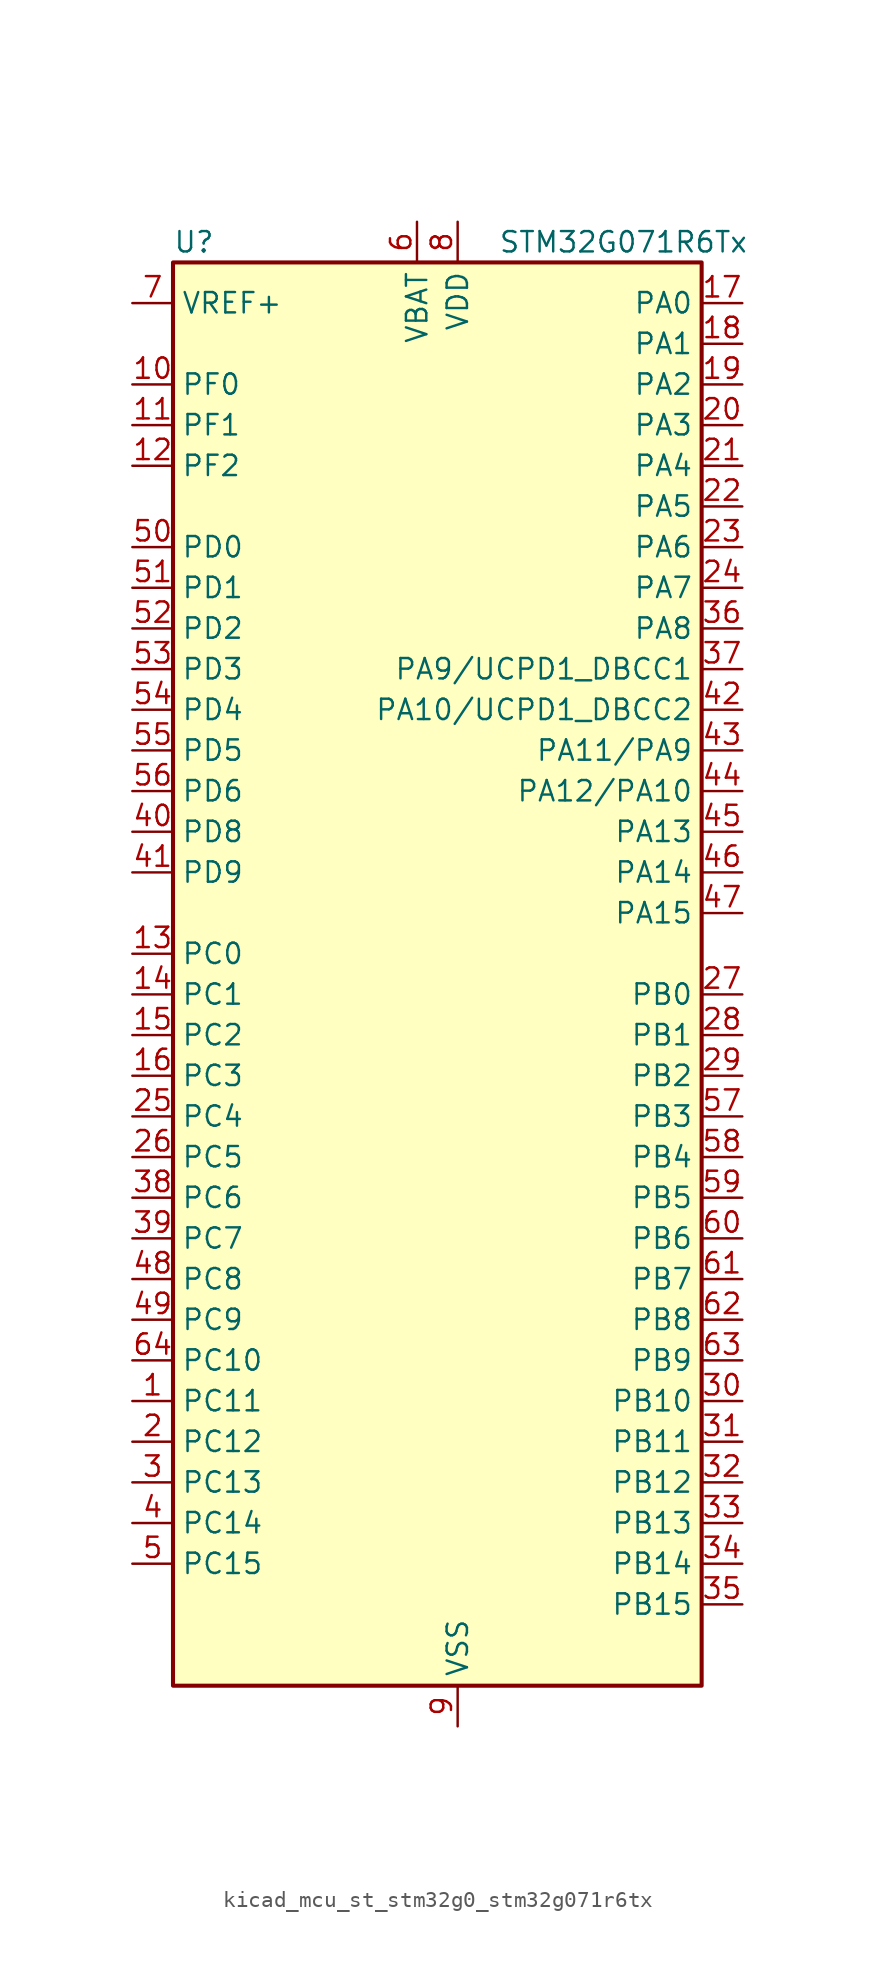
<source format=kicad_sym>
(kicad_symbol_lib
  (version 20220914)
  (generator kicad_symbol_editor)
  (symbol "kicad_mcu_st_stm32g0_stm32g071r6tx"
    (property "Reference" "U"
      (at -15.24 46.99 0)
      (effects (font (size 1.27 1.27)) (justify left)))
    (property "Value" "STM32G071R6Tx"
      (at 5.08 46.99 0)
      (effects (font (size 1.27 1.27)) (justify left)))
    (property "ki_locked" ""
      (at 0 0 0)
      (effects (font (size 1.27 1.27))))
    (symbol "kicad_mcu_st_stm32g0_stm32g071r6tx_0_1"
      (rectangle (start -15.24 -43.18) (end 17.78 45.72) (stroke (width 0.254) (type default)) (fill (type background))))
    (symbol "kicad_mcu_st_stm32g0_stm32g071r6tx_1_1"
      (pin bidirectional line (at -17.78 -25.4 0) (length 2.54) (name "PC11" (effects (font (size 1.27 1.27)))) (number "1" (effects (font (size 1.27 1.27)))) (alternate "ADC1_EXTI11" bidirectional line) (alternate "TIM1_CH4" bidirectional line) (alternate "USART3_RX" bidirectional line) (alternate "USART4_RX" bidirectional line))
      (pin bidirectional line (at -17.78 38.1 0) (length 2.54) (name "PF0" (effects (font (size 1.27 1.27)))) (number "10" (effects (font (size 1.27 1.27)))) (alternate "RCC_OSC_IN" bidirectional line) (alternate "TIM14_CH1" bidirectional line))
      (pin bidirectional line (at -17.78 35.56 0) (length 2.54) (name "PF1" (effects (font (size 1.27 1.27)))) (number "11" (effects (font (size 1.27 1.27)))) (alternate "RCC_OSC_EN" bidirectional line) (alternate "RCC_OSC_OUT" bidirectional line) (alternate "TIM15_CH1N" bidirectional line))
      (pin bidirectional line (at -17.78 33.02 0) (length 2.54) (name "PF2" (effects (font (size 1.27 1.27)))) (number "12" (effects (font (size 1.27 1.27)))) (alternate "RCC_MCO" bidirectional line))
      (pin bidirectional line (at -17.78 2.54 0) (length 2.54) (name "PC0" (effects (font (size 1.27 1.27)))) (number "13" (effects (font (size 1.27 1.27)))) (alternate "LPTIM1_IN1" bidirectional line) (alternate "LPTIM2_IN1" bidirectional line) (alternate "LPUART1_RX" bidirectional line))
      (pin bidirectional line (at -17.78 0 0) (length 2.54) (name "PC1" (effects (font (size 1.27 1.27)))) (number "14" (effects (font (size 1.27 1.27)))) (alternate "LPTIM1_OUT" bidirectional line) (alternate "LPUART1_TX" bidirectional line) (alternate "TIM15_CH1" bidirectional line))
      (pin bidirectional line (at -17.78 -2.54 0) (length 2.54) (name "PC2" (effects (font (size 1.27 1.27)))) (number "15" (effects (font (size 1.27 1.27)))) (alternate "LPTIM1_IN2" bidirectional line) (alternate "SPI2_MISO" bidirectional line) (alternate "TIM15_CH2" bidirectional line))
      (pin bidirectional line (at -17.78 -5.08 0) (length 2.54) (name "PC3" (effects (font (size 1.27 1.27)))) (number "16" (effects (font (size 1.27 1.27)))) (alternate "LPTIM1_ETR" bidirectional line) (alternate "LPTIM2_ETR" bidirectional line) (alternate "SPI2_MOSI" bidirectional line))
      (pin bidirectional line (at 20.32 43.18 180) (length 2.54) (name "PA0" (effects (font (size 1.27 1.27)))) (number "17" (effects (font (size 1.27 1.27)))) (alternate "ADC1_IN0" bidirectional line) (alternate "COMP1_INM" bidirectional line) (alternate "COMP1_OUT" bidirectional line) (alternate "LPTIM1_OUT" bidirectional line) (alternate "RTC_TAMP_IN2" bidirectional line) (alternate "SPI2_SCK" bidirectional line) (alternate "SYS_WKUP1" bidirectional line) (alternate "TIM2_CH1" bidirectional line) (alternate "TIM2_ETR" bidirectional line) (alternate "UCPD2_FRSTX1" bidirectional line) (alternate "UCPD2_FRSTX2" bidirectional line) (alternate "USART2_CTS" bidirectional line) (alternate "USART2_NSS" bidirectional line) (alternate "USART4_TX" bidirectional line))
      (pin bidirectional line (at 20.32 40.64 180) (length 2.54) (name "PA1" (effects (font (size 1.27 1.27)))) (number "18" (effects (font (size 1.27 1.27)))) (alternate "ADC1_IN1" bidirectional line) (alternate "COMP1_INP" bidirectional line) (alternate "I2C1_SMBA" bidirectional line) (alternate "I2S1_CK" bidirectional line) (alternate "SPI1_SCK" bidirectional line) (alternate "TIM15_CH1N" bidirectional line) (alternate "TIM2_CH2" bidirectional line) (alternate "USART2_CK" bidirectional line) (alternate "USART2_DE" bidirectional line) (alternate "USART2_RTS" bidirectional line) (alternate "USART4_RX" bidirectional line))
      (pin bidirectional line (at 20.32 38.1 180) (length 2.54) (name "PA2" (effects (font (size 1.27 1.27)))) (number "19" (effects (font (size 1.27 1.27)))) (alternate "ADC1_IN2" bidirectional line) (alternate "COMP2_INM" bidirectional line) (alternate "COMP2_OUT" bidirectional line) (alternate "I2S1_SD" bidirectional line) (alternate "LPUART1_TX" bidirectional line) (alternate "RCC_LSCO" bidirectional line) (alternate "SPI1_MOSI" bidirectional line) (alternate "SYS_WKUP4" bidirectional line) (alternate "TIM15_CH1" bidirectional line) (alternate "TIM2_CH3" bidirectional line) (alternate "UCPD1_FRSTX1" bidirectional line) (alternate "UCPD1_FRSTX2" bidirectional line) (alternate "USART2_TX" bidirectional line))
      (pin bidirectional line (at -17.78 -27.94 0) (length 2.54) (name "PC12" (effects (font (size 1.27 1.27)))) (number "2" (effects (font (size 1.27 1.27)))) (alternate "LPTIM1_IN1" bidirectional line) (alternate "TIM14_CH1" bidirectional line) (alternate "UCPD1_FRSTX1" bidirectional line) (alternate "UCPD1_FRSTX2" bidirectional line))
      (pin bidirectional line (at 20.32 35.56 180) (length 2.54) (name "PA3" (effects (font (size 1.27 1.27)))) (number "20" (effects (font (size 1.27 1.27)))) (alternate "ADC1_IN3" bidirectional line) (alternate "COMP2_INP" bidirectional line) (alternate "LPUART1_RX" bidirectional line) (alternate "SPI2_MISO" bidirectional line) (alternate "TIM15_CH2" bidirectional line) (alternate "TIM2_CH4" bidirectional line) (alternate "UCPD2_FRSTX1" bidirectional line) (alternate "UCPD2_FRSTX2" bidirectional line) (alternate "USART2_RX" bidirectional line))
      (pin bidirectional line (at 20.32 33.02 180) (length 2.54) (name "PA4" (effects (font (size 1.27 1.27)))) (number "21" (effects (font (size 1.27 1.27)))) (alternate "ADC1_IN4" bidirectional line) (alternate "DAC1_OUT1" bidirectional line) (alternate "I2S1_WS" bidirectional line) (alternate "LPTIM2_OUT" bidirectional line) (alternate "RTC_OUT_ALARM" bidirectional line) (alternate "RTC_OUT_CALIB" bidirectional line) (alternate "SPI1_NSS" bidirectional line) (alternate "SPI2_MOSI" bidirectional line) (alternate "TIM14_CH1" bidirectional line) (alternate "UCPD2_FRSTX1" bidirectional line) (alternate "UCPD2_FRSTX2" bidirectional line))
      (pin bidirectional line (at 20.32 30.48 180) (length 2.54) (name "PA5" (effects (font (size 1.27 1.27)))) (number "22" (effects (font (size 1.27 1.27)))) (alternate "ADC1_IN5" bidirectional line) (alternate "CEC" bidirectional line) (alternate "DAC1_OUT2" bidirectional line) (alternate "I2S1_CK" bidirectional line) (alternate "LPTIM2_ETR" bidirectional line) (alternate "SPI1_SCK" bidirectional line) (alternate "TIM2_CH1" bidirectional line) (alternate "TIM2_ETR" bidirectional line) (alternate "UCPD1_FRSTX1" bidirectional line) (alternate "UCPD1_FRSTX2" bidirectional line) (alternate "USART3_TX" bidirectional line))
      (pin bidirectional line (at 20.32 27.94 180) (length 2.54) (name "PA6" (effects (font (size 1.27 1.27)))) (number "23" (effects (font (size 1.27 1.27)))) (alternate "ADC1_IN6" bidirectional line) (alternate "COMP1_OUT" bidirectional line) (alternate "I2S1_MCK" bidirectional line) (alternate "LPUART1_CTS" bidirectional line) (alternate "SPI1_MISO" bidirectional line) (alternate "TIM16_CH1" bidirectional line) (alternate "TIM1_BK" bidirectional line) (alternate "TIM3_CH1" bidirectional line) (alternate "USART3_CTS" bidirectional line) (alternate "USART3_NSS" bidirectional line))
      (pin bidirectional line (at 20.32 25.4 180) (length 2.54) (name "PA7" (effects (font (size 1.27 1.27)))) (number "24" (effects (font (size 1.27 1.27)))) (alternate "ADC1_IN7" bidirectional line) (alternate "COMP2_OUT" bidirectional line) (alternate "I2S1_SD" bidirectional line) (alternate "SPI1_MOSI" bidirectional line) (alternate "TIM14_CH1" bidirectional line) (alternate "TIM17_CH1" bidirectional line) (alternate "TIM1_CH1N" bidirectional line) (alternate "TIM3_CH2" bidirectional line) (alternate "UCPD1_FRSTX1" bidirectional line) (alternate "UCPD1_FRSTX2" bidirectional line))
      (pin bidirectional line (at -17.78 -7.62 0) (length 2.54) (name "PC4" (effects (font (size 1.27 1.27)))) (number "25" (effects (font (size 1.27 1.27)))) (alternate "ADC1_IN17" bidirectional line) (alternate "COMP1_INM" bidirectional line) (alternate "TIM2_CH1" bidirectional line) (alternate "TIM2_ETR" bidirectional line) (alternate "USART1_TX" bidirectional line) (alternate "USART3_TX" bidirectional line))
      (pin bidirectional line (at -17.78 -10.16 0) (length 2.54) (name "PC5" (effects (font (size 1.27 1.27)))) (number "26" (effects (font (size 1.27 1.27)))) (alternate "ADC1_IN18" bidirectional line) (alternate "COMP1_INP" bidirectional line) (alternate "SYS_WKUP5" bidirectional line) (alternate "TIM2_CH2" bidirectional line) (alternate "USART1_RX" bidirectional line) (alternate "USART3_RX" bidirectional line))
      (pin bidirectional line (at 20.32 0 180) (length 2.54) (name "PB0" (effects (font (size 1.27 1.27)))) (number "27" (effects (font (size 1.27 1.27)))) (alternate "ADC1_IN8" bidirectional line) (alternate "COMP1_OUT" bidirectional line) (alternate "I2S1_WS" bidirectional line) (alternate "LPTIM1_OUT" bidirectional line) (alternate "SPI1_NSS" bidirectional line) (alternate "TIM1_CH2N" bidirectional line) (alternate "TIM3_CH3" bidirectional line) (alternate "UCPD1_FRSTX1" bidirectional line) (alternate "UCPD1_FRSTX2" bidirectional line) (alternate "USART3_RX" bidirectional line))
      (pin bidirectional line (at 20.32 -2.54 180) (length 2.54) (name "PB1" (effects (font (size 1.27 1.27)))) (number "28" (effects (font (size 1.27 1.27)))) (alternate "ADC1_IN9" bidirectional line) (alternate "COMP1_INM" bidirectional line) (alternate "LPTIM2_IN1" bidirectional line) (alternate "LPUART1_DE" bidirectional line) (alternate "LPUART1_RTS" bidirectional line) (alternate "TIM14_CH1" bidirectional line) (alternate "TIM1_CH3N" bidirectional line) (alternate "TIM3_CH4" bidirectional line) (alternate "USART3_CK" bidirectional line) (alternate "USART3_DE" bidirectional line) (alternate "USART3_RTS" bidirectional line))
      (pin bidirectional line (at 20.32 -5.08 180) (length 2.54) (name "PB2" (effects (font (size 1.27 1.27)))) (number "29" (effects (font (size 1.27 1.27)))) (alternate "ADC1_IN10" bidirectional line) (alternate "COMP1_INP" bidirectional line) (alternate "LPTIM1_OUT" bidirectional line) (alternate "SPI2_MISO" bidirectional line) (alternate "USART3_TX" bidirectional line))
      (pin bidirectional line (at -17.78 -30.48 0) (length 2.54) (name "PC13" (effects (font (size 1.27 1.27)))) (number "3" (effects (font (size 1.27 1.27)))) (alternate "RTC_OUT_ALARM" bidirectional line) (alternate "RTC_OUT_CALIB" bidirectional line) (alternate "RTC_TAMP_IN1" bidirectional line) (alternate "RTC_TS" bidirectional line) (alternate "SYS_WKUP2" bidirectional line) (alternate "TIM1_BK" bidirectional line))
      (pin bidirectional line (at 20.32 -25.4 180) (length 2.54) (name "PB10" (effects (font (size 1.27 1.27)))) (number "30" (effects (font (size 1.27 1.27)))) (alternate "ADC1_IN11" bidirectional line) (alternate "CEC" bidirectional line) (alternate "COMP1_OUT" bidirectional line) (alternate "I2C2_SCL" bidirectional line) (alternate "LPUART1_RX" bidirectional line) (alternate "SPI2_SCK" bidirectional line) (alternate "TIM2_CH3" bidirectional line) (alternate "USART3_TX" bidirectional line))
      (pin bidirectional line (at 20.32 -27.94 180) (length 2.54) (name "PB11" (effects (font (size 1.27 1.27)))) (number "31" (effects (font (size 1.27 1.27)))) (alternate "ADC1_EXTI11" bidirectional line) (alternate "ADC1_IN15" bidirectional line) (alternate "COMP2_OUT" bidirectional line) (alternate "I2C2_SDA" bidirectional line) (alternate "LPUART1_TX" bidirectional line) (alternate "SPI2_MOSI" bidirectional line) (alternate "TIM2_CH4" bidirectional line) (alternate "USART3_RX" bidirectional line))
      (pin bidirectional line (at 20.32 -30.48 180) (length 2.54) (name "PB12" (effects (font (size 1.27 1.27)))) (number "32" (effects (font (size 1.27 1.27)))) (alternate "ADC1_IN16" bidirectional line) (alternate "LPUART1_DE" bidirectional line) (alternate "LPUART1_RTS" bidirectional line) (alternate "SPI2_NSS" bidirectional line) (alternate "TIM15_BK" bidirectional line) (alternate "TIM1_BK" bidirectional line) (alternate "UCPD2_FRSTX1" bidirectional line) (alternate "UCPD2_FRSTX2" bidirectional line))
      (pin bidirectional line (at 20.32 -33.02 180) (length 2.54) (name "PB13" (effects (font (size 1.27 1.27)))) (number "33" (effects (font (size 1.27 1.27)))) (alternate "I2C2_SCL" bidirectional line) (alternate "LPUART1_CTS" bidirectional line) (alternate "SPI2_SCK" bidirectional line) (alternate "TIM15_CH1N" bidirectional line) (alternate "TIM1_CH1N" bidirectional line) (alternate "USART3_CTS" bidirectional line) (alternate "USART3_NSS" bidirectional line))
      (pin bidirectional line (at 20.32 -35.56 180) (length 2.54) (name "PB14" (effects (font (size 1.27 1.27)))) (number "34" (effects (font (size 1.27 1.27)))) (alternate "I2C2_SDA" bidirectional line) (alternate "SPI2_MISO" bidirectional line) (alternate "TIM15_CH1" bidirectional line) (alternate "TIM1_CH2N" bidirectional line) (alternate "UCPD1_FRSTX1" bidirectional line) (alternate "UCPD1_FRSTX2" bidirectional line) (alternate "USART3_CK" bidirectional line) (alternate "USART3_DE" bidirectional line) (alternate "USART3_RTS" bidirectional line))
      (pin bidirectional line (at 20.32 -38.1 180) (length 2.54) (name "PB15" (effects (font (size 1.27 1.27)))) (number "35" (effects (font (size 1.27 1.27)))) (alternate "RTC_REFIN" bidirectional line) (alternate "SPI2_MOSI" bidirectional line) (alternate "TIM15_CH1N" bidirectional line) (alternate "TIM15_CH2" bidirectional line) (alternate "TIM1_CH3N" bidirectional line) (alternate "UCPD1_CC2" bidirectional line))
      (pin bidirectional line (at 20.32 22.86 180) (length 2.54) (name "PA8" (effects (font (size 1.27 1.27)))) (number "36" (effects (font (size 1.27 1.27)))) (alternate "LPTIM2_OUT" bidirectional line) (alternate "RCC_MCO" bidirectional line) (alternate "SPI2_NSS" bidirectional line) (alternate "TIM1_CH1" bidirectional line) (alternate "UCPD1_CC1" bidirectional line))
      (pin bidirectional line (at 20.32 20.32 180) (length 2.54) (name "PA9/UCPD1_DBCC1" (effects (font (size 1.27 1.27)))) (number "37" (effects (font (size 1.27 1.27)))) (alternate "DAC1_EXTI9" bidirectional line) (alternate "I2C1_SCL" bidirectional line) (alternate "RCC_MCO" bidirectional line) (alternate "SPI2_MISO" bidirectional line) (alternate "TIM15_BK" bidirectional line) (alternate "TIM1_CH2" bidirectional line) (alternate "UCPD1_DBCC1" bidirectional line) (alternate "USART1_TX" bidirectional line))
      (pin bidirectional line (at -17.78 -12.7 0) (length 2.54) (name "PC6" (effects (font (size 1.27 1.27)))) (number "38" (effects (font (size 1.27 1.27)))) (alternate "TIM2_CH3" bidirectional line) (alternate "TIM3_CH1" bidirectional line) (alternate "UCPD1_FRSTX1" bidirectional line) (alternate "UCPD1_FRSTX2" bidirectional line))
      (pin bidirectional line (at -17.78 -15.24 0) (length 2.54) (name "PC7" (effects (font (size 1.27 1.27)))) (number "39" (effects (font (size 1.27 1.27)))) (alternate "TIM2_CH4" bidirectional line) (alternate "TIM3_CH2" bidirectional line) (alternate "UCPD2_FRSTX1" bidirectional line) (alternate "UCPD2_FRSTX2" bidirectional line))
      (pin bidirectional line (at -17.78 -33.02 0) (length 2.54) (name "PC14" (effects (font (size 1.27 1.27)))) (number "4" (effects (font (size 1.27 1.27)))) (alternate "RCC_OSC32_IN" bidirectional line) (alternate "TIM1_BK2" bidirectional line))
      (pin bidirectional line (at -17.78 10.16 0) (length 2.54) (name "PD8" (effects (font (size 1.27 1.27)))) (number "40" (effects (font (size 1.27 1.27)))) (alternate "I2S1_CK" bidirectional line) (alternate "LPTIM1_OUT" bidirectional line) (alternate "SPI1_SCK" bidirectional line) (alternate "USART3_TX" bidirectional line))
      (pin bidirectional line (at -17.78 7.62 0) (length 2.54) (name "PD9" (effects (font (size 1.27 1.27)))) (number "41" (effects (font (size 1.27 1.27)))) (alternate "DAC1_EXTI9" bidirectional line) (alternate "I2S1_WS" bidirectional line) (alternate "SPI1_NSS" bidirectional line) (alternate "TIM1_BK2" bidirectional line) (alternate "USART3_RX" bidirectional line))
      (pin bidirectional line (at 20.32 17.78 180) (length 2.54) (name "PA10/UCPD1_DBCC2" (effects (font (size 1.27 1.27)))) (number "42" (effects (font (size 1.27 1.27)))) (alternate "I2C1_SDA" bidirectional line) (alternate "SPI2_MOSI" bidirectional line) (alternate "TIM17_BK" bidirectional line) (alternate "TIM1_CH3" bidirectional line) (alternate "UCPD1_DBCC2" bidirectional line) (alternate "USART1_RX" bidirectional line))
      (pin bidirectional line (at 20.32 15.24 180) (length 2.54) (name "PA11/PA9" (effects (font (size 1.27 1.27)))) (number "43" (effects (font (size 1.27 1.27)))) (alternate "ADC1_EXTI11" bidirectional line) (alternate "COMP1_OUT" bidirectional line) (alternate "I2C2_SCL" bidirectional line) (alternate "I2S1_MCK" bidirectional line) (alternate "SPI1_MISO" bidirectional line) (alternate "TIM1_BK2" bidirectional line) (alternate "TIM1_CH4" bidirectional line) (alternate "USART1_CTS" bidirectional line) (alternate "USART1_NSS" bidirectional line))
      (pin bidirectional line (at 20.32 12.7 180) (length 2.54) (name "PA12/PA10" (effects (font (size 1.27 1.27)))) (number "44" (effects (font (size 1.27 1.27)))) (alternate "COMP2_OUT" bidirectional line) (alternate "I2C2_SDA" bidirectional line) (alternate "I2S1_SD" bidirectional line) (alternate "I2S_CKIN" bidirectional line) (alternate "SPI1_MOSI" bidirectional line) (alternate "TIM1_ETR" bidirectional line) (alternate "USART1_CK" bidirectional line) (alternate "USART1_DE" bidirectional line) (alternate "USART1_RTS" bidirectional line))
      (pin bidirectional line (at 20.32 10.16 180) (length 2.54) (name "PA13" (effects (font (size 1.27 1.27)))) (number "45" (effects (font (size 1.27 1.27)))) (alternate "IR_OUT" bidirectional line) (alternate "SYS_SWDIO" bidirectional line))
      (pin bidirectional line (at 20.32 7.62 180) (length 2.54) (name "PA14" (effects (font (size 1.27 1.27)))) (number "46" (effects (font (size 1.27 1.27)))) (alternate "SYS_SWCLK" bidirectional line) (alternate "USART2_TX" bidirectional line))
      (pin bidirectional line (at 20.32 5.08 180) (length 2.54) (name "PA15" (effects (font (size 1.27 1.27)))) (number "47" (effects (font (size 1.27 1.27)))) (alternate "I2S1_WS" bidirectional line) (alternate "SPI1_NSS" bidirectional line) (alternate "TIM2_CH1" bidirectional line) (alternate "TIM2_ETR" bidirectional line) (alternate "USART2_RX" bidirectional line) (alternate "USART3_CK" bidirectional line) (alternate "USART3_DE" bidirectional line) (alternate "USART3_RTS" bidirectional line) (alternate "USART4_CK" bidirectional line) (alternate "USART4_DE" bidirectional line) (alternate "USART4_RTS" bidirectional line))
      (pin bidirectional line (at -17.78 -17.78 0) (length 2.54) (name "PC8" (effects (font (size 1.27 1.27)))) (number "48" (effects (font (size 1.27 1.27)))) (alternate "TIM1_CH1" bidirectional line) (alternate "TIM3_CH3" bidirectional line) (alternate "UCPD2_FRSTX1" bidirectional line) (alternate "UCPD2_FRSTX2" bidirectional line))
      (pin bidirectional line (at -17.78 -20.32 0) (length 2.54) (name "PC9" (effects (font (size 1.27 1.27)))) (number "49" (effects (font (size 1.27 1.27)))) (alternate "DAC1_EXTI9" bidirectional line) (alternate "I2S_CKIN" bidirectional line) (alternate "TIM1_CH2" bidirectional line) (alternate "TIM3_CH4" bidirectional line))
      (pin bidirectional line (at -17.78 -35.56 0) (length 2.54) (name "PC15" (effects (font (size 1.27 1.27)))) (number "5" (effects (font (size 1.27 1.27)))) (alternate "RCC_OSC32_EN" bidirectional line) (alternate "RCC_OSC32_OUT" bidirectional line) (alternate "RCC_OSC_EN" bidirectional line) (alternate "TIM15_BK" bidirectional line))
      (pin bidirectional line (at -17.78 27.94 0) (length 2.54) (name "PD0" (effects (font (size 1.27 1.27)))) (number "50" (effects (font (size 1.27 1.27)))) (alternate "SPI2_NSS" bidirectional line) (alternate "TIM16_CH1" bidirectional line) (alternate "UCPD2_CC1" bidirectional line))
      (pin bidirectional line (at -17.78 25.4 0) (length 2.54) (name "PD1" (effects (font (size 1.27 1.27)))) (number "51" (effects (font (size 1.27 1.27)))) (alternate "SPI2_SCK" bidirectional line) (alternate "TIM17_CH1" bidirectional line) (alternate "UCPD2_DBCC1" bidirectional line))
      (pin bidirectional line (at -17.78 22.86 0) (length 2.54) (name "PD2" (effects (font (size 1.27 1.27)))) (number "52" (effects (font (size 1.27 1.27)))) (alternate "TIM1_CH1N" bidirectional line) (alternate "TIM3_ETR" bidirectional line) (alternate "UCPD2_CC2" bidirectional line) (alternate "USART3_CK" bidirectional line) (alternate "USART3_DE" bidirectional line) (alternate "USART3_RTS" bidirectional line))
      (pin bidirectional line (at -17.78 20.32 0) (length 2.54) (name "PD3" (effects (font (size 1.27 1.27)))) (number "53" (effects (font (size 1.27 1.27)))) (alternate "SPI2_MISO" bidirectional line) (alternate "TIM1_CH2N" bidirectional line) (alternate "UCPD2_DBCC2" bidirectional line) (alternate "USART2_CTS" bidirectional line) (alternate "USART2_NSS" bidirectional line))
      (pin bidirectional line (at -17.78 17.78 0) (length 2.54) (name "PD4" (effects (font (size 1.27 1.27)))) (number "54" (effects (font (size 1.27 1.27)))) (alternate "SPI2_MOSI" bidirectional line) (alternate "TIM1_CH3N" bidirectional line) (alternate "USART2_CK" bidirectional line) (alternate "USART2_DE" bidirectional line) (alternate "USART2_RTS" bidirectional line))
      (pin bidirectional line (at -17.78 15.24 0) (length 2.54) (name "PD5" (effects (font (size 1.27 1.27)))) (number "55" (effects (font (size 1.27 1.27)))) (alternate "I2S1_MCK" bidirectional line) (alternate "SPI1_MISO" bidirectional line) (alternate "TIM1_BK" bidirectional line) (alternate "USART2_TX" bidirectional line))
      (pin bidirectional line (at -17.78 12.7 0) (length 2.54) (name "PD6" (effects (font (size 1.27 1.27)))) (number "56" (effects (font (size 1.27 1.27)))) (alternate "I2S1_SD" bidirectional line) (alternate "LPTIM2_OUT" bidirectional line) (alternate "SPI1_MOSI" bidirectional line) (alternate "USART2_RX" bidirectional line))
      (pin bidirectional line (at 20.32 -7.62 180) (length 2.54) (name "PB3" (effects (font (size 1.27 1.27)))) (number "57" (effects (font (size 1.27 1.27)))) (alternate "COMP2_INM" bidirectional line) (alternate "I2S1_CK" bidirectional line) (alternate "SPI1_SCK" bidirectional line) (alternate "TIM1_CH2" bidirectional line) (alternate "TIM2_CH2" bidirectional line) (alternate "USART1_CK" bidirectional line) (alternate "USART1_DE" bidirectional line) (alternate "USART1_RTS" bidirectional line))
      (pin bidirectional line (at 20.32 -10.16 180) (length 2.54) (name "PB4" (effects (font (size 1.27 1.27)))) (number "58" (effects (font (size 1.27 1.27)))) (alternate "COMP2_INP" bidirectional line) (alternate "I2S1_MCK" bidirectional line) (alternate "SPI1_MISO" bidirectional line) (alternate "TIM17_BK" bidirectional line) (alternate "TIM3_CH1" bidirectional line) (alternate "USART1_CTS" bidirectional line) (alternate "USART1_NSS" bidirectional line))
      (pin bidirectional line (at 20.32 -12.7 180) (length 2.54) (name "PB5" (effects (font (size 1.27 1.27)))) (number "59" (effects (font (size 1.27 1.27)))) (alternate "COMP2_OUT" bidirectional line) (alternate "I2C1_SMBA" bidirectional line) (alternate "I2S1_SD" bidirectional line) (alternate "LPTIM1_IN1" bidirectional line) (alternate "SPI1_MOSI" bidirectional line) (alternate "SYS_WKUP6" bidirectional line) (alternate "TIM16_BK" bidirectional line) (alternate "TIM3_CH2" bidirectional line))
      (pin power_in line (at 0 48.26 270) (length 2.54) (name "VBAT" (effects (font (size 1.27 1.27)))) (number "6" (effects (font (size 1.27 1.27)))))
      (pin bidirectional line (at 20.32 -15.24 180) (length 2.54) (name "PB6" (effects (font (size 1.27 1.27)))) (number "60" (effects (font (size 1.27 1.27)))) (alternate "COMP2_INP" bidirectional line) (alternate "I2C1_SCL" bidirectional line) (alternate "LPTIM1_ETR" bidirectional line) (alternate "SPI2_MISO" bidirectional line) (alternate "TIM16_CH1N" bidirectional line) (alternate "TIM1_CH3" bidirectional line) (alternate "USART1_TX" bidirectional line))
      (pin bidirectional line (at 20.32 -17.78 180) (length 2.54) (name "PB7" (effects (font (size 1.27 1.27)))) (number "61" (effects (font (size 1.27 1.27)))) (alternate "COMP2_INM" bidirectional line) (alternate "I2C1_SDA" bidirectional line) (alternate "LPTIM1_IN2" bidirectional line) (alternate "SPI2_MOSI" bidirectional line) (alternate "SYS_PVD_IN" bidirectional line) (alternate "TIM17_CH1N" bidirectional line) (alternate "USART1_RX" bidirectional line) (alternate "USART4_CTS" bidirectional line) (alternate "USART4_NSS" bidirectional line))
      (pin bidirectional line (at 20.32 -20.32 180) (length 2.54) (name "PB8" (effects (font (size 1.27 1.27)))) (number "62" (effects (font (size 1.27 1.27)))) (alternate "CEC" bidirectional line) (alternate "I2C1_SCL" bidirectional line) (alternate "SPI2_SCK" bidirectional line) (alternate "TIM15_BK" bidirectional line) (alternate "TIM16_CH1" bidirectional line) (alternate "USART3_TX" bidirectional line))
      (pin bidirectional line (at 20.32 -22.86 180) (length 2.54) (name "PB9" (effects (font (size 1.27 1.27)))) (number "63" (effects (font (size 1.27 1.27)))) (alternate "DAC1_EXTI9" bidirectional line) (alternate "I2C1_SDA" bidirectional line) (alternate "IR_OUT" bidirectional line) (alternate "SPI2_NSS" bidirectional line) (alternate "TIM17_CH1" bidirectional line) (alternate "UCPD2_FRSTX1" bidirectional line) (alternate "UCPD2_FRSTX2" bidirectional line) (alternate "USART3_RX" bidirectional line))
      (pin bidirectional line (at -17.78 -22.86 0) (length 2.54) (name "PC10" (effects (font (size 1.27 1.27)))) (number "64" (effects (font (size 1.27 1.27)))) (alternate "TIM1_CH3" bidirectional line) (alternate "USART3_TX" bidirectional line) (alternate "USART4_TX" bidirectional line))
      (pin input line (at -17.78 43.18 0) (length 2.54) (name "VREF+" (effects (font (size 1.27 1.27)))) (number "7" (effects (font (size 1.27 1.27)))) (alternate "VREFBUF_OUT" bidirectional line))
      (pin power_in line (at 2.54 48.26 270) (length 2.54) (name "VDD" (effects (font (size 1.27 1.27)))) (number "8" (effects (font (size 1.27 1.27)))))
      (pin power_in line (at 2.54 -45.72 90) (length 2.54) (name "VSS" (effects (font (size 1.27 1.27)))) (number "9" (effects (font (size 1.27 1.27))))))))
</source>
